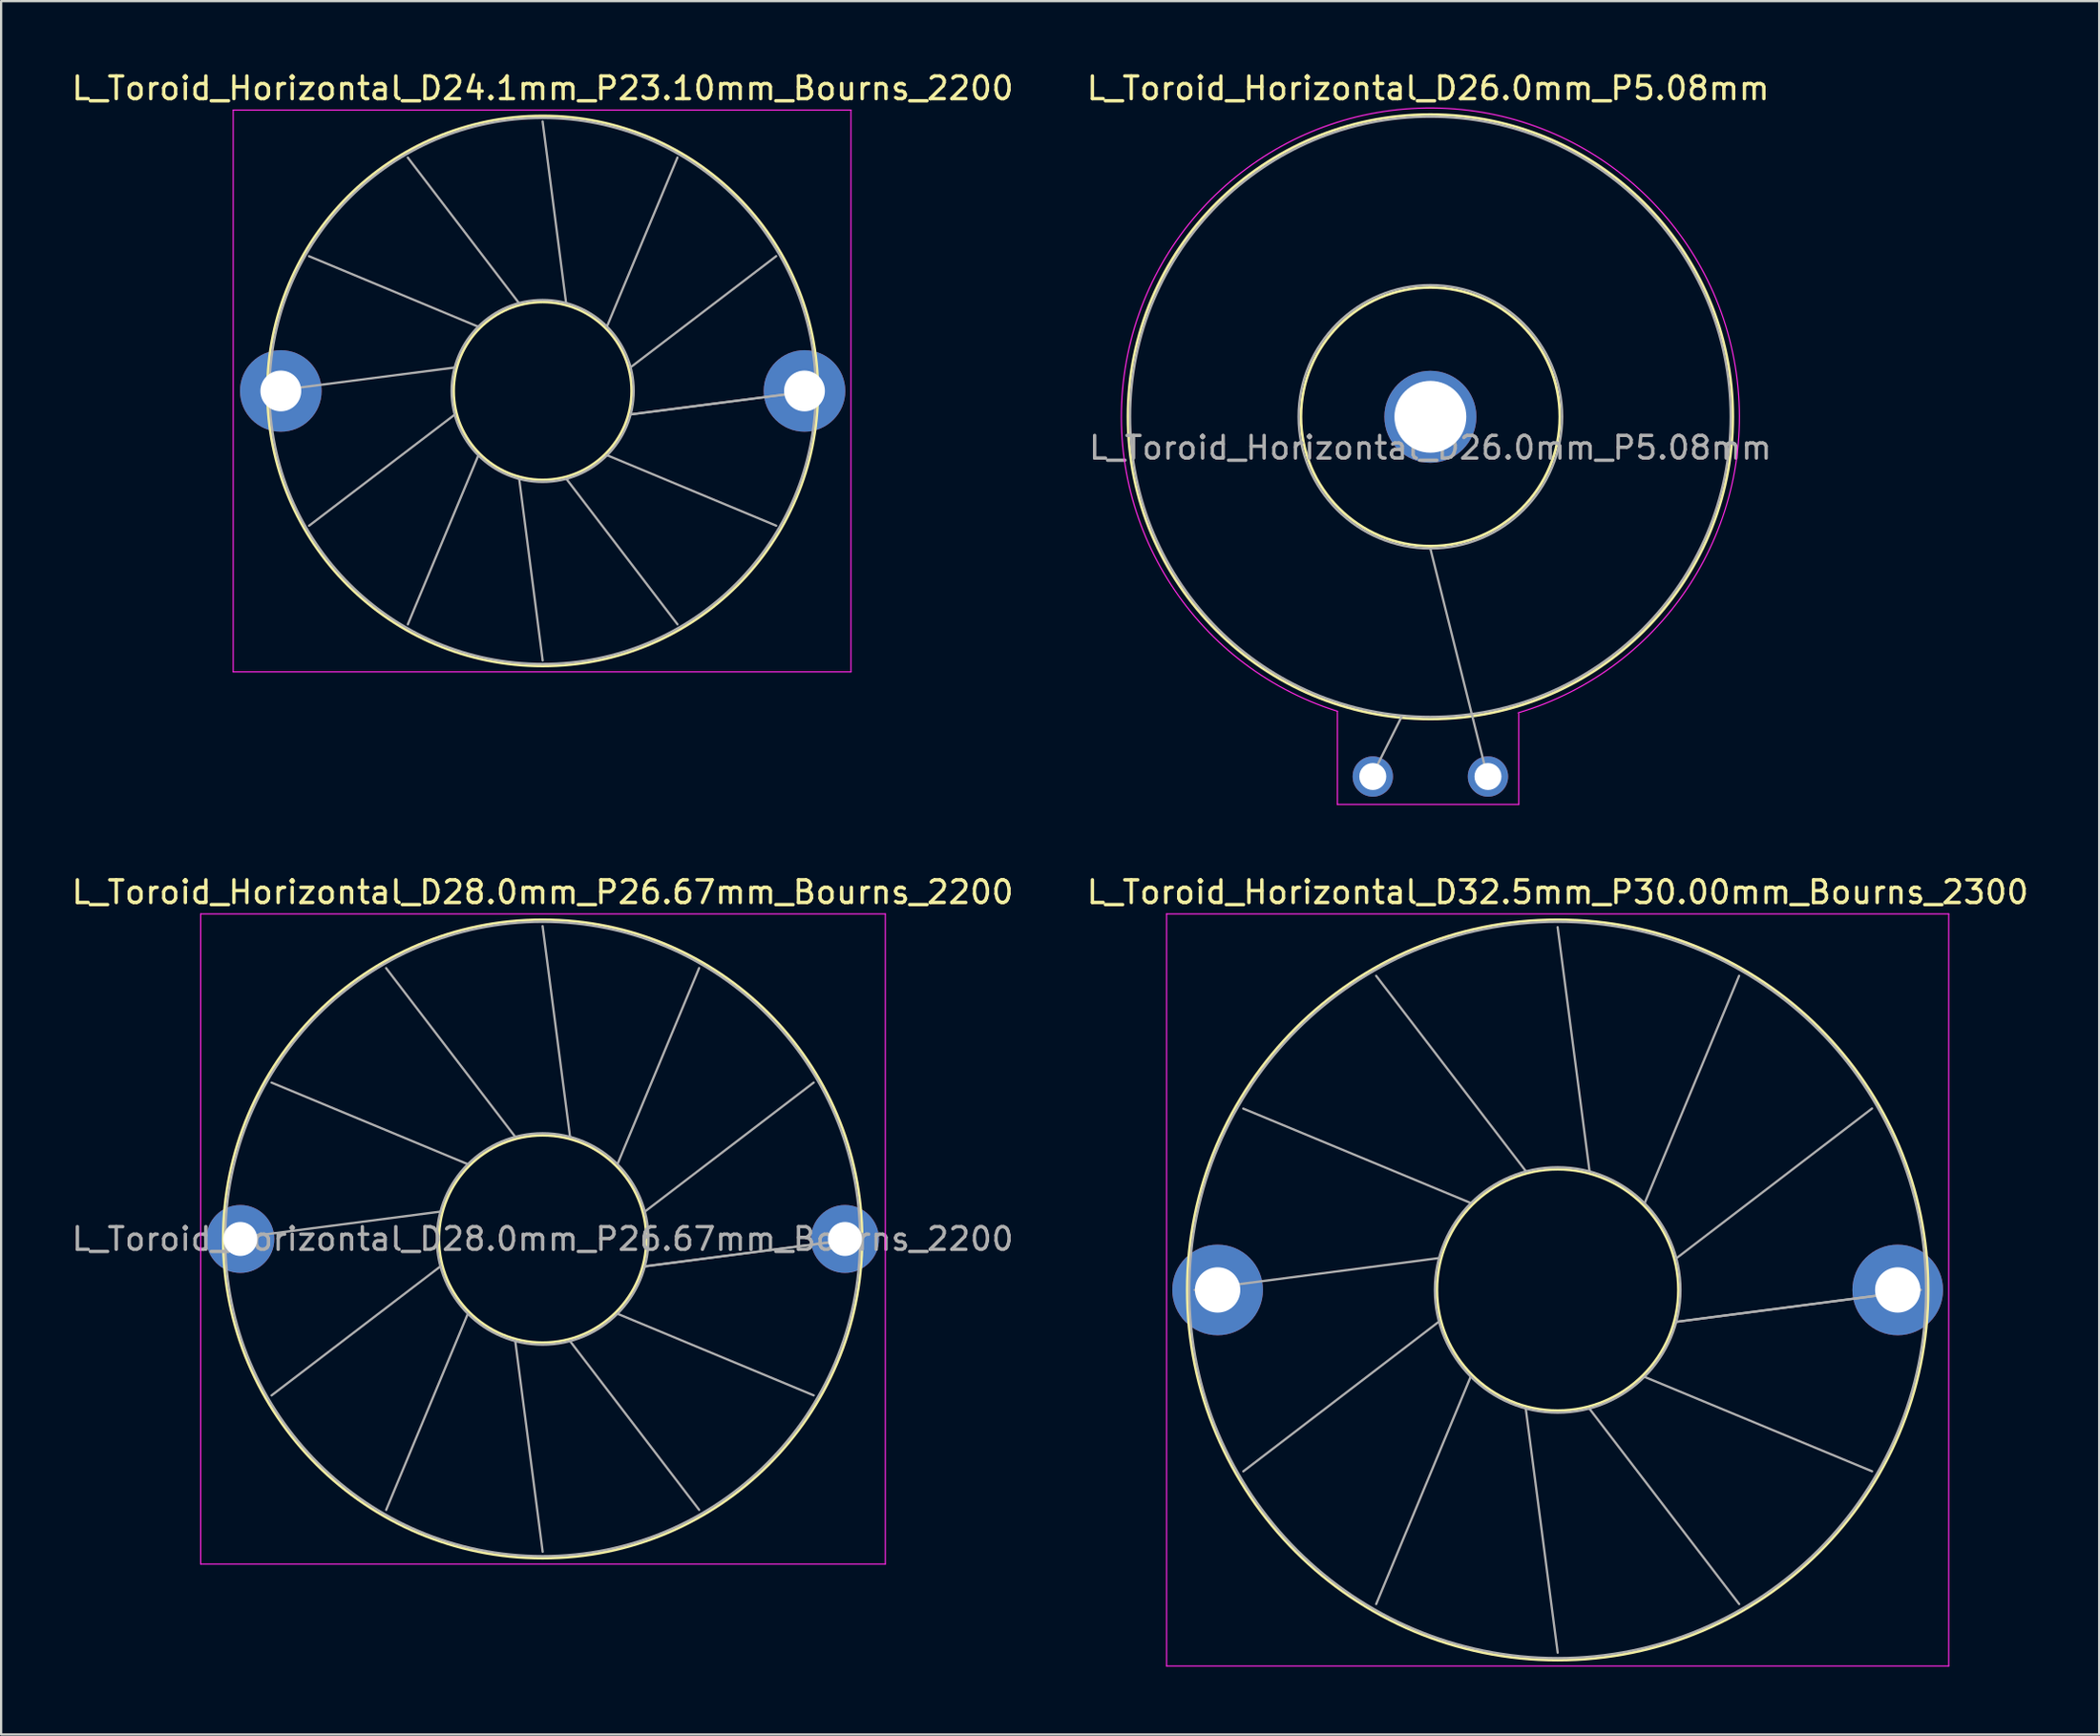
<source format=kicad_pcb>
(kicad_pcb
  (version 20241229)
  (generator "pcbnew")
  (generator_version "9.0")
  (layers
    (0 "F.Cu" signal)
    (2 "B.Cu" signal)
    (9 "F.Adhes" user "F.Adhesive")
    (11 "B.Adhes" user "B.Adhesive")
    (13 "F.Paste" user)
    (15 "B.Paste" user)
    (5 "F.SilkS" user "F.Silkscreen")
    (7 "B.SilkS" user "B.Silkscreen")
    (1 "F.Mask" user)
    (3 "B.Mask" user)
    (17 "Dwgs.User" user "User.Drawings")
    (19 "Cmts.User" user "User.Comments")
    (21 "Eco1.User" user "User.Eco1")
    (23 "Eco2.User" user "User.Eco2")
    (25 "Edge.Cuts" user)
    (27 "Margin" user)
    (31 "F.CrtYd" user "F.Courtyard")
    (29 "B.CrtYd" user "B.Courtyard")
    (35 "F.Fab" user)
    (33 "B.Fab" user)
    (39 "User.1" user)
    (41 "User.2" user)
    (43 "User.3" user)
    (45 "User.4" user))
  (footprint "L_Toroid_Horizontal_D26.0mm_P5.08mm"
    (layer "F.Cu")
    (at 57.506 31.228)
    (property "Reference" "L_Toroid_Horizontal_D26.0mm_P5.08mm" (at 2.44 -30.38 0) (layer "F.SilkS") (effects (font (size 1 1) (thickness 0.15))))
    (attr through_hole)
    (fp_circle (center 2.54 -15.88) (end -10.8 -15.88) (stroke (width 0.12) (type solid)) (fill no) (layer "F.SilkS"))
    (fp_circle (center 2.54 -15.88) (end 8.25 -15.88) (stroke (width 0.12) (type solid)) (fill no) (layer "F.SilkS"))
    (fp_line (start -1.56 -2.88) (end -1.56 1.23) (stroke (width 0.05) (type solid)) (layer "F.CrtYd"))
    (fp_line (start -1.56 1.23) (end 6.44 1.23) (stroke (width 0.05) (type solid)) (layer "F.CrtYd"))
    (fp_line (start 6.44 1.23) (end 6.44 -2.78) (stroke (width 0.05) (type solid)) (layer "F.CrtYd"))
    (fp_arc (start -1.56 -2.88) (mid 2.660017 -29.510686) (end 6.410454 -2.809821) (stroke (width 0.05) (type solid)) (layer "F.CrtYd"))
    (fp_line (start 0 -0.1) (end 1.27 -2.64) (stroke (width 0.1) (type solid)) (layer "F.Fab"))
    (fp_line (start 5.08 0.1) (end 2.54 -10.06) (stroke (width 0.1) (type solid)) (layer "F.Fab"))
    (fp_circle (center 2.54 -15.88) (end 1.44 -2.68) (stroke (width 0.1) (type solid)) (fill no) (layer "F.Fab"))
    (fp_circle (center 2.54 -15.88) (end 2.34 -10.07) (stroke (width 0.1) (type solid)) (fill no) (layer "F.Fab"))
    (fp_text user "${REFERENCE}" (at 2.54 -14.513 0) (layer "F.Fab") (effects (font (size 1 1) (thickness 0.15))))
    (pad "" thru_hole circle (at 2.54 -15.88) (size 4.06 4.06) (drill 3.17) (layers "*.Cu" "*.Mask"))
    (pad "1" thru_hole circle (at 0 0) (size 1.78 1.78) (drill 1.19) (layers "*.Cu" "*.Mask"))
    (pad "2" thru_hole circle (at 5.08 0) (size 1.78 1.78) (drill 1.19) (layers "*.Cu" "*.Mask")))
  (footprint "L_Toroid_Horizontal_D24.1mm_P23.10mm_Bourns_2200"
    (layer "F.Cu")
    (at 9.337 14.208)
    (property "Reference" "L_Toroid_Horizontal_D24.1mm_P23.10mm_Bourns_2200" (at 11.55 -13.36 0) (layer "F.SilkS") (effects (font (size 1 1) (thickness 0.15))))
    (attr through_hole)
    (fp_circle (center 11.55 0) (end 15.477 0) (stroke (width 0.12) (type solid)) (fill no) (layer "F.SilkS"))
    (fp_circle (center 11.55 0) (end 23.69 0) (stroke (width 0.12) (type solid)) (fill no) (layer "F.SilkS"))
    (fp_line (start -2.1 -12.4) (end -2.1 12.4) (stroke (width 0.05) (type solid)) (layer "F.CrtYd"))
    (fp_line (start -2.1 12.4) (end 25.15 12.4) (stroke (width 0.05) (type solid)) (layer "F.CrtYd"))
    (fp_line (start 25.15 -12.4) (end -2.1 -12.4) (stroke (width 0.05) (type solid)) (layer "F.CrtYd"))
    (fp_line (start 25.15 12.4) (end 25.15 -12.4) (stroke (width 0.05) (type solid)) (layer "F.CrtYd"))
    (fp_line (start -0.347 0.001) (end 7.681 -1.036) (stroke (width 0.1) (type solid)) (layer "F.Fab"))
    (fp_line (start 1.246 -5.947) (end 8.718 -2.832) (stroke (width 0.1) (type solid)) (layer "F.Fab"))
    (fp_line (start 1.247 5.949) (end 7.681 1.037) (stroke (width 0.1) (type solid)) (layer "F.Fab"))
    (fp_line (start 5.6 -10.303) (end 10.513 -3.869) (stroke (width 0.1) (type solid)) (layer "F.Fab"))
    (fp_line (start 5.602 10.304) (end 8.718 2.832) (stroke (width 0.1) (type solid)) (layer "F.Fab"))
    (fp_line (start 11.548 -11.897) (end 12.586 -3.869) (stroke (width 0.1) (type solid)) (layer "F.Fab"))
    (fp_line (start 11.551 11.897) (end 10.514 3.869) (stroke (width 0.1) (type solid)) (layer "F.Fab"))
    (fp_line (start 17.497 -10.304) (end 14.382 -2.833) (stroke (width 0.1) (type solid)) (layer "F.Fab"))
    (fp_line (start 17.499 10.303) (end 12.587 3.869) (stroke (width 0.1) (type solid)) (layer "F.Fab"))
    (fp_line (start 21.852 -5.95) (end 15.419 -1.037) (stroke (width 0.1) (type solid)) (layer "F.Fab"))
    (fp_line (start 21.853 5.948) (end 14.382 2.832) (stroke (width 0.1) (type solid)) (layer "F.Fab"))
    (fp_line (start 23.447 -0.002) (end 15.419 1.036) (stroke (width 0.1) (type solid)) (layer "F.Fab"))
    (fp_line (start 23.447 0) (end 15.419 1.037) (stroke (width 0.1) (type solid)) (layer "F.Fab"))
    (fp_circle (center 11.55 0) (end 15.567 0) (stroke (width 0.1) (type solid)) (fill no) (layer "F.Fab"))
    (fp_circle (center 11.55 0) (end 23.6 0) (stroke (width 0.1) (type solid)) (fill no) (layer "F.Fab"))
    (pad "1" thru_hole circle (at 0 0) (size 3.6 3.6) (drill 1.8) (layers "*.Cu" "*.Mask"))
    (pad "2" thru_hole circle (at 23.1 0) (size 3.6 3.6) (drill 1.8) (layers "*.Cu" "*.Mask")))
  (footprint "L_Toroid_Horizontal_D28.0mm_P26.67mm_Bourns_2200"
    (layer "F.Cu")
    (at 7.552 51.642)
    (property "Reference" "L_Toroid_Horizontal_D28.0mm_P26.67mm_Bourns_2200" (at 13.335 -15.31 0) (layer "F.SilkS") (effects (font (size 1 1) (thickness 0.15))))
    (attr through_hole)
    (fp_circle (center 13.335 0) (end 17.912 0) (stroke (width 0.12) (type solid)) (fill no) (layer "F.SilkS"))
    (fp_circle (center 13.335 0) (end 27.425 0) (stroke (width 0.12) (type solid)) (fill no) (layer "F.SilkS"))
    (fp_line (start -1.75 -14.35) (end -1.75 14.35) (stroke (width 0.05) (type solid)) (layer "F.CrtYd"))
    (fp_line (start -1.75 14.35) (end 28.45 14.35) (stroke (width 0.05) (type solid)) (layer "F.CrtYd"))
    (fp_line (start 28.45 -14.35) (end -1.75 -14.35) (stroke (width 0.05) (type solid)) (layer "F.CrtYd"))
    (fp_line (start 28.45 14.35) (end 28.45 -14.35) (stroke (width 0.05) (type solid)) (layer "F.CrtYd"))
    (fp_line (start -0.473 0.001) (end 8.826 -1.208) (stroke (width 0.1) (type solid)) (layer "F.Fab"))
    (fp_line (start 1.376 -6.903) (end 10.034 -3.301) (stroke (width 0.1) (type solid)) (layer "F.Fab"))
    (fp_line (start 1.377 6.905) (end 8.826 1.209) (stroke (width 0.1) (type solid)) (layer "F.Fab"))
    (fp_line (start 6.429 -11.957) (end 12.126 -4.509) (stroke (width 0.1) (type solid)) (layer "F.Fab"))
    (fp_line (start 6.432 11.959) (end 10.034 3.301) (stroke (width 0.1) (type solid)) (layer "F.Fab"))
    (fp_line (start 13.333 -13.808) (end 14.543 -4.509) (stroke (width 0.1) (type solid)) (layer "F.Fab"))
    (fp_line (start 13.336 13.808) (end 12.127 4.509) (stroke (width 0.1) (type solid)) (layer "F.Fab"))
    (fp_line (start 20.237 -11.959) (end 16.635 -3.301) (stroke (width 0.1) (type solid)) (layer "F.Fab"))
    (fp_line (start 20.239 11.958) (end 14.543 4.509) (stroke (width 0.1) (type solid)) (layer "F.Fab"))
    (fp_line (start 25.292 -6.906) (end 17.844 -1.209) (stroke (width 0.1) (type solid)) (layer "F.Fab"))
    (fp_line (start 25.293 6.904) (end 16.636 3.301) (stroke (width 0.1) (type solid)) (layer "F.Fab"))
    (fp_line (start 27.143 -0.003) (end 17.844 1.207) (stroke (width 0.1) (type solid)) (layer "F.Fab"))
    (fp_line (start 27.143 0) (end 17.844 1.208) (stroke (width 0.1) (type solid)) (layer "F.Fab"))
    (fp_circle (center 13.335 0) (end 18.002 0) (stroke (width 0.1) (type solid)) (fill no) (layer "F.Fab"))
    (fp_circle (center 13.335 0) (end 27.335 0) (stroke (width 0.1) (type solid)) (fill no) (layer "F.Fab"))
    (fp_text user "${REFERENCE}" (at 13.335 0 0) (layer "F.Fab") (effects (font (size 1 1) (thickness 0.15))))
    (pad "1" thru_hole circle (at 0 0) (size 3 3) (drill 1.5) (layers "*.Cu" "*.Mask"))
    (pad "2" thru_hole circle (at 26.67 0) (size 3 3) (drill 1.5) (layers "*.Cu" "*.Mask")))
  (footprint "L_Toroid_Horizontal_D32.5mm_P30.00mm_Bourns_2300"
    (layer "F.Cu")
    (at 50.661 53.892)
    (property "Reference" "L_Toroid_Horizontal_D32.5mm_P30.00mm_Bourns_2300" (at 15 -17.56 0) (layer "F.SilkS") (effects (font (size 1 1) (thickness 0.15))))
    (attr through_hole)
    (fp_circle (center 15 0) (end 20.327 0) (stroke (width 0.12) (type solid)) (fill no) (layer "F.SilkS"))
    (fp_circle (center 15 0) (end 31.34 0) (stroke (width 0.12) (type solid)) (fill no) (layer "F.SilkS"))
    (fp_line (start -2.25 -16.6) (end -2.25 16.6) (stroke (width 0.05) (type solid)) (layer "F.CrtYd"))
    (fp_line (start -2.25 16.6) (end 32.25 16.6) (stroke (width 0.05) (type solid)) (layer "F.CrtYd"))
    (fp_line (start 32.25 -16.6) (end -2.25 -16.6) (stroke (width 0.05) (type solid)) (layer "F.CrtYd"))
    (fp_line (start 32.25 16.6) (end 32.25 -16.6) (stroke (width 0.05) (type solid)) (layer "F.CrtYd"))
    (fp_line (start -1.013 0.001) (end 9.752 -1.406) (stroke (width 0.1) (type solid)) (layer "F.Fab"))
    (fp_line (start 1.131 -8.005) (end 11.158 -3.841) (stroke (width 0.1) (type solid)) (layer "F.Fab"))
    (fp_line (start 1.133 8.008) (end 9.752 1.407) (stroke (width 0.1) (type solid)) (layer "F.Fab"))
    (fp_line (start 6.992 -13.867) (end 13.593 -5.248) (stroke (width 0.1) (type solid)) (layer "F.Fab"))
    (fp_line (start 6.994 13.868) (end 11.158 3.842) (stroke (width 0.1) (type solid)) (layer "F.Fab"))
    (fp_line (start 14.998 -16.013) (end 16.405 -5.248) (stroke (width 0.1) (type solid)) (layer "F.Fab"))
    (fp_line (start 15.001 16.013) (end 13.594 5.248) (stroke (width 0.1) (type solid)) (layer "F.Fab"))
    (fp_line (start 23.004 -13.869) (end 18.841 -3.842) (stroke (width 0.1) (type solid)) (layer "F.Fab"))
    (fp_line (start 23.007 13.868) (end 16.406 5.248) (stroke (width 0.1) (type solid)) (layer "F.Fab"))
    (fp_line (start 28.866 -8.009) (end 20.248 -1.407) (stroke (width 0.1) (type solid)) (layer "F.Fab"))
    (fp_line (start 28.868 8.006) (end 18.842 3.842) (stroke (width 0.1) (type solid)) (layer "F.Fab"))
    (fp_line (start 31.013 -0.003) (end 20.248 1.405) (stroke (width 0.1) (type solid)) (layer "F.Fab"))
    (fp_line (start 31.013 0) (end 20.248 1.406) (stroke (width 0.1) (type solid)) (layer "F.Fab"))
    (fp_circle (center 15 0) (end 20.417 0) (stroke (width 0.1) (type solid)) (fill no) (layer "F.Fab"))
    (fp_circle (center 15 0) (end 31.25 0) (stroke (width 0.1) (type solid)) (fill no) (layer "F.Fab"))
    (pad "1" thru_hole circle (at 0 0) (size 4 4) (drill 2) (layers "*.Cu" "*.Mask"))
    (pad "2" thru_hole circle (at 30 0) (size 4 4) (drill 2) (layers "*.Cu" "*.Mask")))
  (gr_rect
    (start -3 -3)
    (end 89.548 73.516)
    (stroke (width 0.1) (type default))
    (fill no)
    (layer "Edge.Cuts")))
</source>
